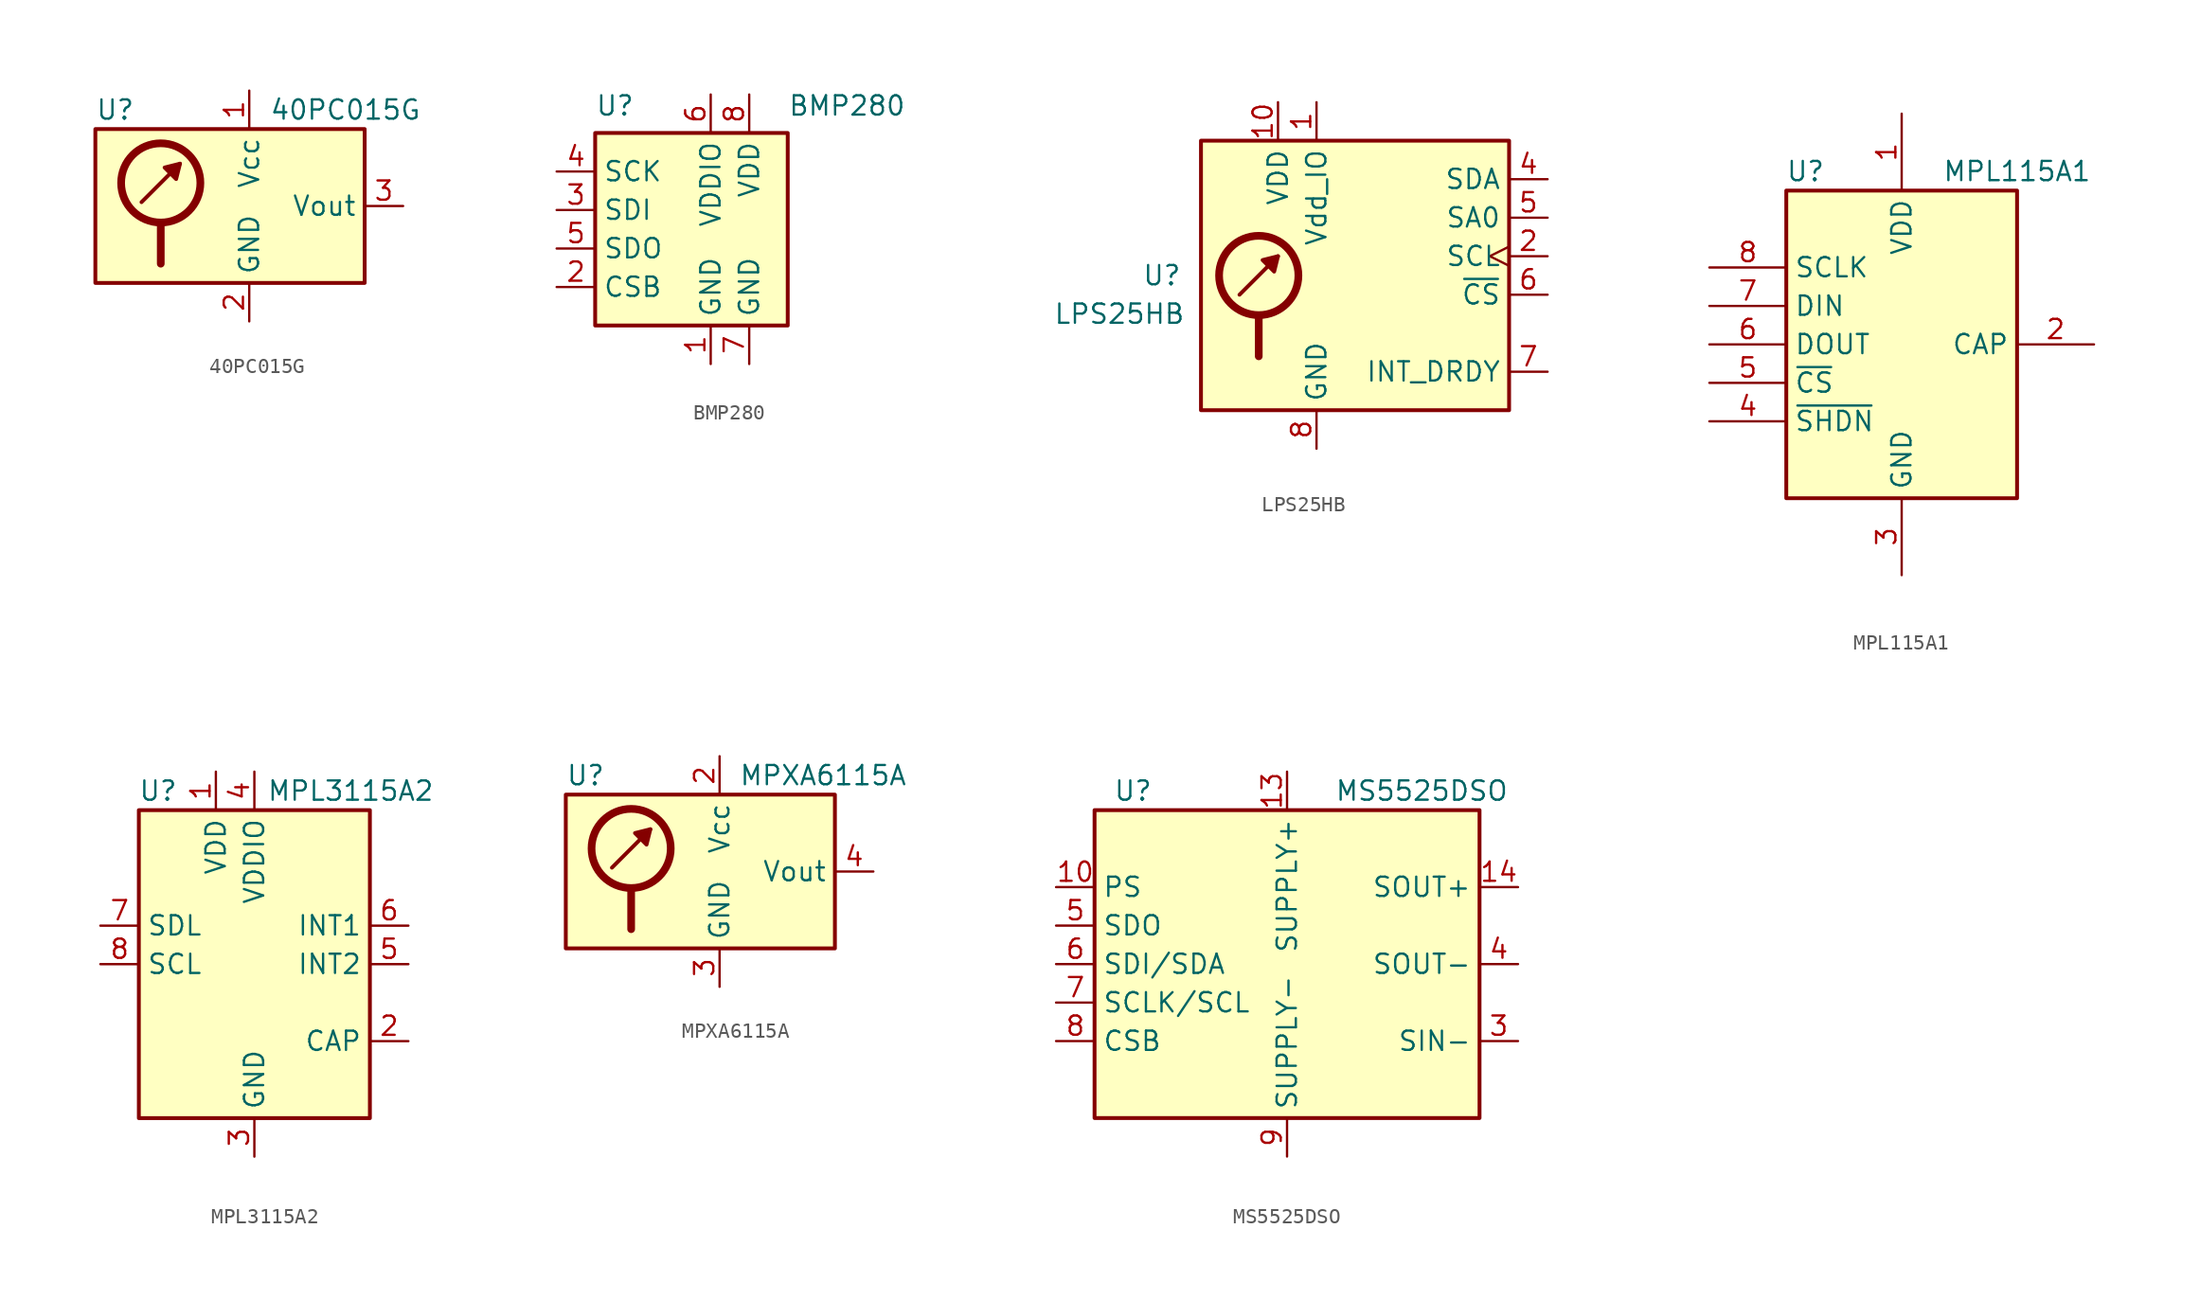
<source format=kicad_sym>
(kicad_symbol_lib
  (version 20241209)
  (generator "kicad_symbol_editor")
  (generator_version "9.0")
  (symbol "40PC015G"
    (property "Reference" "U"
      (at -10.16 6.35 0)
      (effects (font (size 1.27 1.27)) (justify left)))
    (property "Value" "40PC015G"
      (at 6.35 6.35 0)
      (effects (font (size 1.27 1.27))))
    (symbol "40PC015G_0_1"
      (polyline (pts (xy -7.112 0.254) (xy -4.572 2.794)) (stroke (width 0.254) (type default)) (fill (type none)))
      (circle (center -5.842 1.524) (radius 2.616) (stroke (width 0.508) (type default)) (fill (type none)))
      (polyline (pts (xy -5.842 -1.27) (xy -5.842 -3.81)) (stroke (width 0.508) (type default)) (fill (type none)))
      (polyline (pts (xy -4.572 2.794) (xy -4.826 1.778) (xy -5.588 2.54) (xy -4.572 2.794)) (stroke (width 0.254) (type default)) (fill (type outline)))
      (rectangle (start 7.62 5.08) (end -10.16 -5.08) (stroke (width 0.254) (type default)) (fill (type background))))
    (symbol "40PC015G_1_1"
      (pin no_connect line (at -7.62 -5.08 90) (length 2.54) (hide yes) (name "NC" (effects (font (size 1.27 1.27)))) (number "4" (effects (font (size 1.27 1.27)))))
      (pin no_connect line (at -5.08 -5.08 90) (length 2.54) (hide yes) (name "NC" (effects (font (size 1.27 1.27)))) (number "5" (effects (font (size 1.27 1.27)))))
      (pin no_connect line (at -2.54 -5.08 90) (length 2.54) (hide yes) (name "NC" (effects (font (size 1.27 1.27)))) (number "6" (effects (font (size 1.27 1.27)))))
      (pin power_in line (at 0 7.62 270) (length 2.54) (name "Vcc" (effects (font (size 1.27 1.27)))) (number "1" (effects (font (size 1.27 1.27)))))
      (pin power_in line (at 0 -7.62 90) (length 2.54) (name "GND" (effects (font (size 1.27 1.27)))) (number "2" (effects (font (size 1.27 1.27)))))
      (pin output line (at 10.16 0 180) (length 2.54) (name "Vout" (effects (font (size 1.27 1.27)))) (number "3" (effects (font (size 1.27 1.27)))))))
  (symbol "BMP280"
    (property "Reference" "U"
      (at -7.62 10.16 0)
      (effects (font (size 1.27 1.27)) (justify left top)))
    (property "Value" "BMP280"
      (at 5.08 10.16 0)
      (effects (font (size 1.27 1.27)) (justify left top)))
    (symbol "BMP280_0_1"
      (rectangle (start -7.62 -5.08) (end 5.08 7.62) (stroke (width 0.254) (type default)) (fill (type background))))
    (symbol "BMP280_1_1"
      (pin input line (at -10.16 5.08 0) (length 2.54) (name "SCK" (effects (font (size 1.27 1.27)))) (number "4" (effects (font (size 1.27 1.27)))))
      (pin bidirectional line (at -10.16 2.54 0) (length 2.54) (name "SDI" (effects (font (size 1.27 1.27)))) (number "3" (effects (font (size 1.27 1.27)))))
      (pin bidirectional line (at -10.16 0 0) (length 2.54) (name "SDO" (effects (font (size 1.27 1.27)))) (number "5" (effects (font (size 1.27 1.27)))))
      (pin input line (at -10.16 -2.54 0) (length 2.54) (name "CSB" (effects (font (size 1.27 1.27)))) (number "2" (effects (font (size 1.27 1.27)))))
      (pin power_in line (at 0 10.16 270) (length 2.54) (name "VDDIO" (effects (font (size 1.27 1.27)))) (number "6" (effects (font (size 1.27 1.27)))))
      (pin power_in line (at 0 -7.62 90) (length 2.54) (name "GND" (effects (font (size 1.27 1.27)))) (number "1" (effects (font (size 1.27 1.27)))))
      (pin power_in line (at 2.54 10.16 270) (length 2.54) (name "VDD" (effects (font (size 1.27 1.27)))) (number "8" (effects (font (size 1.27 1.27)))))
      (pin power_in line (at 2.54 -7.62 90) (length 2.54) (name "GND" (effects (font (size 1.27 1.27)))) (number "7" (effects (font (size 1.27 1.27)))))))
  (symbol "LPS25HB"
    (property "Reference" "U"
      (at -11.43 1.27 0)
      (effects (font (size 1.27 1.27)) (justify right)))
    (property "Value" "LPS25HB"
      (at -11.176 -1.27 0)
      (effects (font (size 1.27 1.27)) (justify right)))
    (symbol "LPS25HB_0_1"
      (rectangle (start -10.16 10.16) (end 10.16 -7.62) (stroke (width 0.254) (type default)) (fill (type background)))
      (polyline (pts (xy -7.62 0) (xy -5.08 2.54)) (stroke (width 0.254) (type default)) (fill (type none)))
      (circle (center -6.35 1.27) (radius 2.616) (stroke (width 0.508) (type default)) (fill (type none)))
      (polyline (pts (xy -6.35 -1.524) (xy -6.35 -4.064)) (stroke (width 0.508) (type default)) (fill (type none)))
      (polyline (pts (xy -5.08 2.54) (xy -5.334 1.524) (xy -6.096 2.286) (xy -5.08 2.54)) (stroke (width 0.254) (type default)) (fill (type outline))))
    (symbol "LPS25HB_1_1"
      (pin power_in line (at -5.08 12.7 270) (length 2.54) (name "VDD" (effects (font (size 1.27 1.27)))) (number "10" (effects (font (size 1.27 1.27)))))
      (pin power_in line (at -2.54 12.7 270) (length 2.54) (name "Vdd_IO" (effects (font (size 1.27 1.27)))) (number "1" (effects (font (size 1.27 1.27)))))
      (pin passive line (at -2.54 -10.16 90) (length 2.54) (hide yes) (name "GND" (effects (font (size 1.27 1.27)))) (number "3" (effects (font (size 1.27 1.27)))))
      (pin power_in line (at -2.54 -10.16 90) (length 2.54) (name "GND" (effects (font (size 1.27 1.27)))) (number "8" (effects (font (size 1.27 1.27)))))
      (pin passive line (at -2.54 -10.16 90) (length 2.54) (hide yes) (name "GND" (effects (font (size 1.27 1.27)))) (number "9" (effects (font (size 1.27 1.27)))))
      (pin bidirectional line (at 12.7 7.62 180) (length 2.54) (name "SDA" (effects (font (size 1.27 1.27)))) (number "4" (effects (font (size 1.27 1.27)))) (alternate "SDI" input line) (alternate "SDI/SDO" bidirectional line))
      (pin input line (at 12.7 5.08 180) (length 2.54) (name "SA0" (effects (font (size 1.27 1.27)))) (number "5" (effects (font (size 1.27 1.27)))) (alternate "SDO" output line))
      (pin input clock (at 12.7 2.54 180) (length 2.54) (name "SCL" (effects (font (size 1.27 1.27)))) (number "2" (effects (font (size 1.27 1.27)))) (alternate "SPC" input clock))
      (pin input line (at 12.7 0 180) (length 2.54) (name "~{CS}" (effects (font (size 1.27 1.27)))) (number "6" (effects (font (size 1.27 1.27)))))
      (pin output line (at 12.7 -5.08 180) (length 2.54) (name "INT_DRDY" (effects (font (size 1.27 1.27)))) (number "7" (effects (font (size 1.27 1.27)))))))
  (symbol "MPL115A1"
    (property "Reference" "U"
      (at -6.35 11.43 0)
      (effects (font (size 1.27 1.27))))
    (property "Value" "MPL115A1"
      (at 7.62 11.43 0)
      (effects (font (size 1.27 1.27))))
    (symbol "MPL115A1_0_1"
      (rectangle (start 7.62 10.16) (end -7.62 -10.16) (stroke (width 0.254) (type default)) (fill (type background))))
    (symbol "MPL115A1_1_1"
      (pin input line (at -12.7 5.08 0) (length 5.08) (name "SCLK" (effects (font (size 1.27 1.27)))) (number "8" (effects (font (size 1.27 1.27)))))
      (pin input line (at -12.7 2.54 0) (length 5.08) (name "DIN" (effects (font (size 1.27 1.27)))) (number "7" (effects (font (size 1.27 1.27)))))
      (pin output line (at -12.7 0 0) (length 5.08) (name "DOUT" (effects (font (size 1.27 1.27)))) (number "6" (effects (font (size 1.27 1.27)))))
      (pin input line (at -12.7 -2.54 0) (length 5.08) (name "~{CS}" (effects (font (size 1.27 1.27)))) (number "5" (effects (font (size 1.27 1.27)))))
      (pin input line (at -12.7 -5.08 0) (length 5.08) (name "~{SHDN}" (effects (font (size 1.27 1.27)))) (number "4" (effects (font (size 1.27 1.27)))))
      (pin power_in line (at 0 15.24 270) (length 5.08) (name "VDD" (effects (font (size 1.27 1.27)))) (number "1" (effects (font (size 1.27 1.27)))))
      (pin power_in line (at 0 -15.24 90) (length 5.08) (name "GND" (effects (font (size 1.27 1.27)))) (number "3" (effects (font (size 1.27 1.27)))))
      (pin passive line (at 12.7 0 180) (length 5.08) (name "CAP" (effects (font (size 1.27 1.27)))) (number "2" (effects (font (size 1.27 1.27)))))))
  (symbol "MPL3115A2"
    (property "Reference" "U"
      (at -6.35 11.43 0)
      (effects (font (size 1.27 1.27))))
    (property "Value" "MPL3115A2"
      (at 6.35 11.43 0)
      (effects (font (size 1.27 1.27))))
    (symbol "MPL3115A2_0_1"
      (rectangle (start 7.62 10.16) (end -7.62 -10.16) (stroke (width 0.254) (type default)) (fill (type background))))
    (symbol "MPL3115A2_1_1"
      (pin bidirectional line (at -10.16 2.54 0) (length 2.54) (name "SDL" (effects (font (size 1.27 1.27)))) (number "7" (effects (font (size 1.27 1.27)))))
      (pin input line (at -10.16 0 0) (length 2.54) (name "SCL" (effects (font (size 1.27 1.27)))) (number "8" (effects (font (size 1.27 1.27)))))
      (pin power_in line (at -2.54 12.7 270) (length 2.54) (name "VDD" (effects (font (size 1.27 1.27)))) (number "1" (effects (font (size 1.27 1.27)))))
      (pin power_in line (at 0 12.7 270) (length 2.54) (name "VDDIO" (effects (font (size 1.27 1.27)))) (number "4" (effects (font (size 1.27 1.27)))))
      (pin power_in line (at 0 -12.7 90) (length 2.54) (name "GND" (effects (font (size 1.27 1.27)))) (number "3" (effects (font (size 1.27 1.27)))))
      (pin open_collector line (at 10.16 2.54 180) (length 2.54) (name "INT1" (effects (font (size 1.27 1.27)))) (number "6" (effects (font (size 1.27 1.27)))))
      (pin open_collector line (at 10.16 0 180) (length 2.54) (name "INT2" (effects (font (size 1.27 1.27)))) (number "5" (effects (font (size 1.27 1.27)))))
      (pin passive line (at 10.16 -5.08 180) (length 2.54) (name "CAP" (effects (font (size 1.27 1.27)))) (number "2" (effects (font (size 1.27 1.27)))))))
  (symbol "MPXA6115A"
    (property "Reference" "U"
      (at -10.16 6.35 0)
      (effects (font (size 1.27 1.27)) (justify left)))
    (property "Value" "MPXA6115A"
      (at 1.27 6.35 0)
      (effects (font (size 1.27 1.27)) (justify left)))
    (symbol "MPXA6115A_0_1"
      (polyline (pts (xy -7.112 0.254) (xy -4.572 2.794)) (stroke (width 0.254) (type default)) (fill (type none)))
      (circle (center -5.842 1.524) (radius 2.616) (stroke (width 0.508) (type default)) (fill (type none)))
      (polyline (pts (xy -5.842 -1.27) (xy -5.842 -3.81)) (stroke (width 0.508) (type default)) (fill (type none)))
      (polyline (pts (xy -4.572 2.794) (xy -4.826 1.778) (xy -5.588 2.54) (xy -4.572 2.794)) (stroke (width 0.254) (type default)) (fill (type outline)))
      (rectangle (start 7.62 5.08) (end -10.16 -5.08) (stroke (width 0.254) (type default)) (fill (type background))))
    (symbol "MPXA6115A_1_1"
      (pin no_connect line (at -7.62 -5.08 90) (length 2.54) (hide yes) (name "NC" (effects (font (size 1.27 1.27)))) (number "5" (effects (font (size 1.27 1.27)))))
      (pin no_connect line (at -5.08 -5.08 90) (length 2.54) (hide yes) (name "NC" (effects (font (size 1.27 1.27)))) (number "6" (effects (font (size 1.27 1.27)))))
      (pin no_connect line (at -2.54 -5.08 90) (length 2.54) (hide yes) (name "NC" (effects (font (size 1.27 1.27)))) (number "7" (effects (font (size 1.27 1.27)))))
      (pin power_in line (at 0 7.62 270) (length 2.54) (name "Vcc" (effects (font (size 1.27 1.27)))) (number "2" (effects (font (size 1.27 1.27)))))
      (pin power_in line (at 0 -7.62 90) (length 2.54) (name "GND" (effects (font (size 1.27 1.27)))) (number "3" (effects (font (size 1.27 1.27)))))
      (pin no_connect line (at 2.54 -5.08 90) (length 2.54) (hide yes) (name "NC" (effects (font (size 1.27 1.27)))) (number "8" (effects (font (size 1.27 1.27)))))
      (pin no_connect line (at 5.08 -5.08 90) (length 2.54) (hide yes) (name "NC" (effects (font (size 1.27 1.27)))) (number "1" (effects (font (size 1.27 1.27)))))
      (pin output line (at 10.16 0 180) (length 2.54) (name "Vout" (effects (font (size 1.27 1.27)))) (number "4" (effects (font (size 1.27 1.27)))))))
  (symbol "MS5525DSO"
    (property "Reference" "U"
      (at -10.16 11.43 0)
      (effects (font (size 1.27 1.27))))
    (property "Value" "MS5525DSO"
      (at 8.89 11.43 0)
      (effects (font (size 1.27 1.27))))
    (symbol "MS5525DSO_0_1"
      (rectangle (start -12.7 10.16) (end 12.7 -10.16) (stroke (width 0.254) (type default)) (fill (type background))))
    (symbol "MS5525DSO_1_1"
      (pin input line (at -15.24 5.08 0) (length 2.54) (name "PS" (effects (font (size 1.27 1.27)))) (number "10" (effects (font (size 1.27 1.27)))))
      (pin output line (at -15.24 2.54 0) (length 2.54) (name "SDO" (effects (font (size 1.27 1.27)))) (number "5" (effects (font (size 1.27 1.27)))))
      (pin input line (at -15.24 0 0) (length 2.54) (name "SDI/SDA" (effects (font (size 1.27 1.27)))) (number "6" (effects (font (size 1.27 1.27)))))
      (pin input line (at -15.24 -2.54 0) (length 2.54) (name "SCLK/SCL" (effects (font (size 1.27 1.27)))) (number "7" (effects (font (size 1.27 1.27)))))
      (pin input line (at -15.24 -5.08 0) (length 2.54) (name "CSB" (effects (font (size 1.27 1.27)))) (number "8" (effects (font (size 1.27 1.27)))))
      (pin passive line (at 0 12.7 270) (length 2.54) (hide yes) (name "SUPPLY+" (effects (font (size 1.27 1.27)))) (number "11" (effects (font (size 1.27 1.27)))))
      (pin power_in line (at 0 12.7 270) (length 2.54) (name "SUPPLY+" (effects (font (size 1.27 1.27)))) (number "13" (effects (font (size 1.27 1.27)))))
      (pin power_in line (at 0 -12.7 90) (length 2.54) (name "SUPPLY-" (effects (font (size 1.27 1.27)))) (number "9" (effects (font (size 1.27 1.27)))))
      (pin passive line (at 15.24 5.08 180) (length 2.54) (hide yes) (name "SOUT+" (effects (font (size 1.27 1.27)))) (number "12" (effects (font (size 1.27 1.27)))))
      (pin passive line (at 15.24 5.08 180) (length 2.54) (name "SOUT+" (effects (font (size 1.27 1.27)))) (number "14" (effects (font (size 1.27 1.27)))))
      (pin passive line (at 15.24 0 180) (length 2.54) (hide yes) (name "SOUT-" (effects (font (size 1.27 1.27)))) (number "2" (effects (font (size 1.27 1.27)))))
      (pin passive line (at 15.24 0 180) (length 2.54) (name "SOUT-" (effects (font (size 1.27 1.27)))) (number "4" (effects (font (size 1.27 1.27)))))
      (pin passive line (at 15.24 -5.08 180) (length 2.54) (hide yes) (name "SIN-" (effects (font (size 1.27 1.27)))) (number "1" (effects (font (size 1.27 1.27)))))
      (pin passive line (at 15.24 -5.08 180) (length 2.54) (name "SIN-" (effects (font (size 1.27 1.27)))) (number "3" (effects (font (size 1.27 1.27))))))))
</source>
